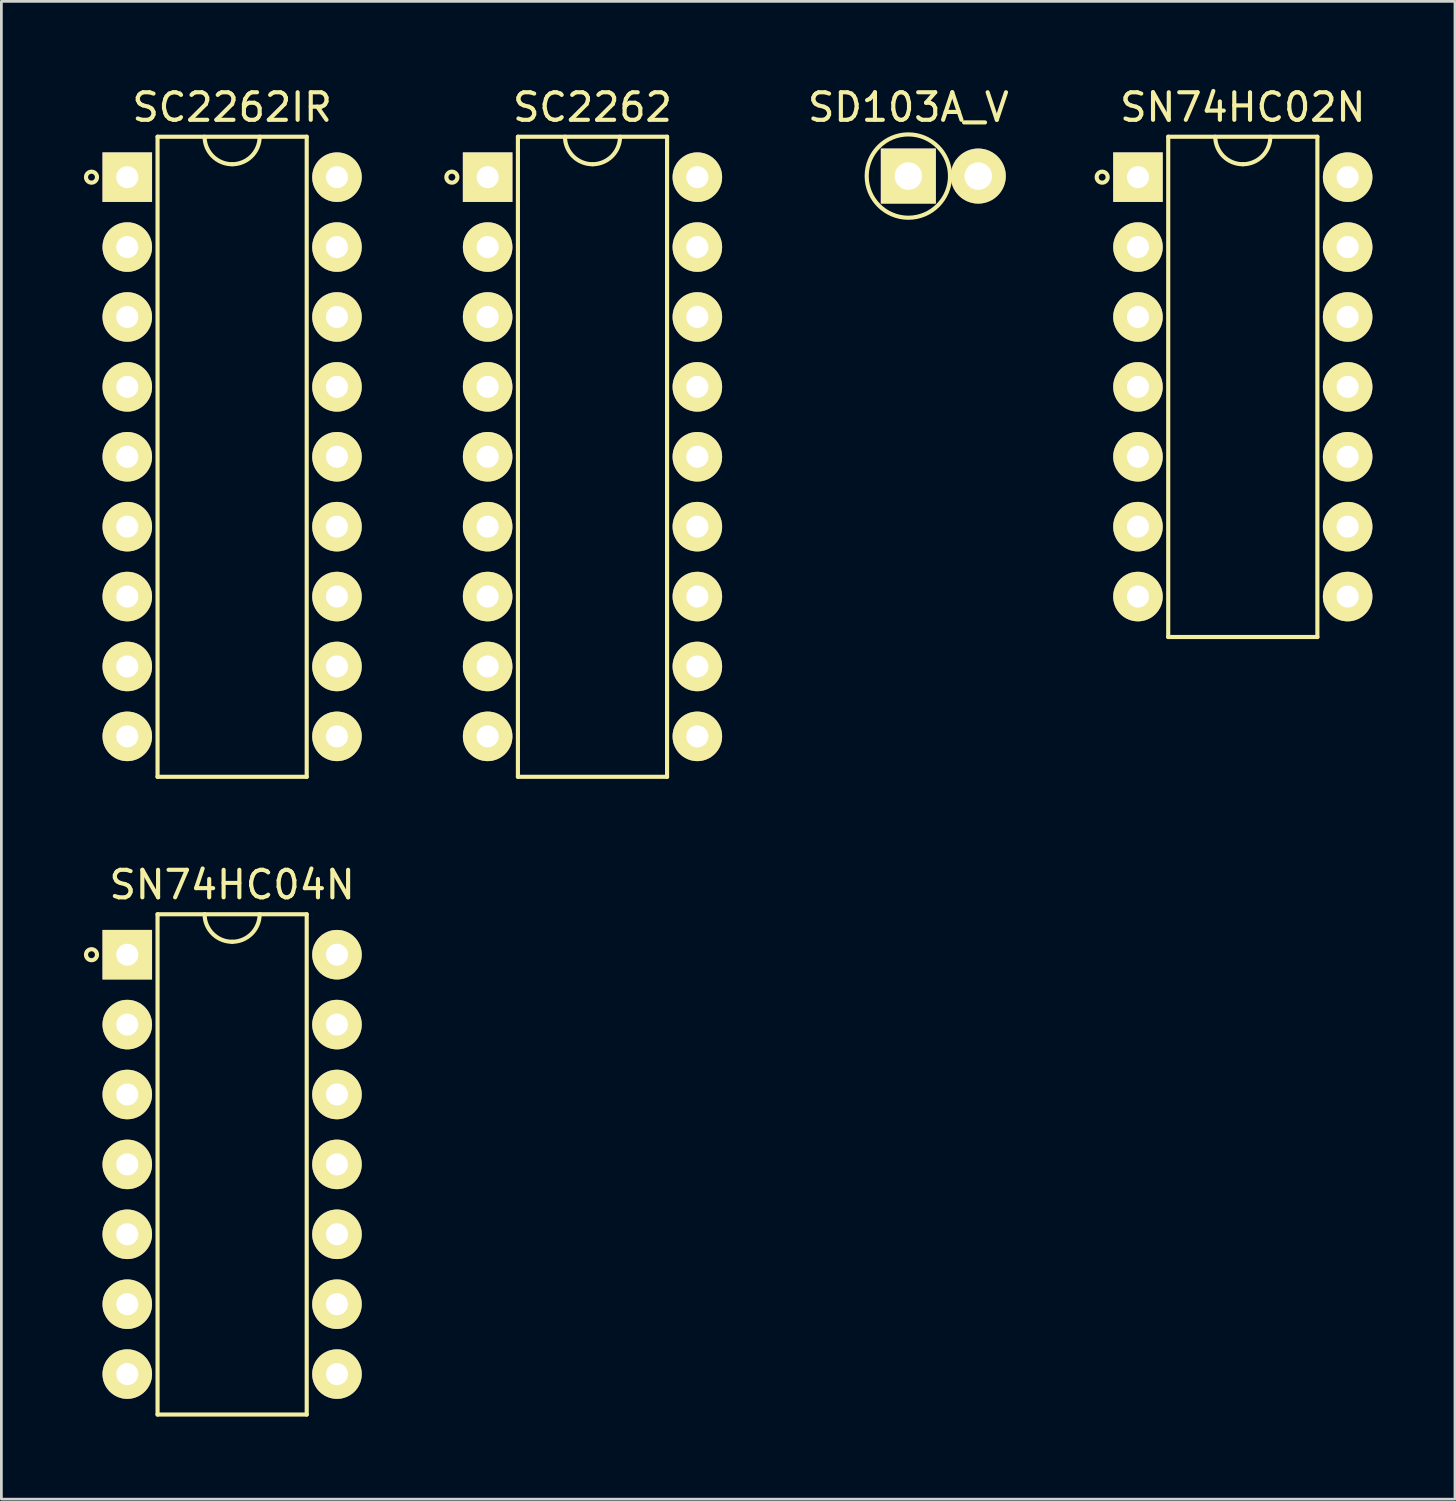
<source format=kicad_pcb>
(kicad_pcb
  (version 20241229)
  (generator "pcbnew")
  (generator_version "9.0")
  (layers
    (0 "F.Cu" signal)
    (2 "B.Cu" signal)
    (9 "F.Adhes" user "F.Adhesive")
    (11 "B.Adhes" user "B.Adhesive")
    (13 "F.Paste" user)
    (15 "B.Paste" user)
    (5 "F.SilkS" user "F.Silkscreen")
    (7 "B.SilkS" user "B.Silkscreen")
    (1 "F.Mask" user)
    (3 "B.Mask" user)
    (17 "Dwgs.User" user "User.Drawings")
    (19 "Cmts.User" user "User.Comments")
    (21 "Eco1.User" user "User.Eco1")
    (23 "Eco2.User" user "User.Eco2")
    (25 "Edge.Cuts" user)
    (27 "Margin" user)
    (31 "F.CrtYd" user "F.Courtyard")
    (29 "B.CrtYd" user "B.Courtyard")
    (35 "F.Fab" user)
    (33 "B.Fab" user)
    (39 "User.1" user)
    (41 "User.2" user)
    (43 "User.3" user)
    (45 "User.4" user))
  (footprint "SC2262"
    (layer "F.Cu")
    (at 14.67 3.388)
    (property "Reference" "SC2262" (at 3.81 -2.54 0) (layer "F.SilkS") (effects (font (size 1 1) (thickness 0.15))))
    (attr through_hole)
    (fp_line (start 1.1 -1.47) (end 6.52 -1.47) (stroke (width 0.15) (type solid)) (layer "F.SilkS"))
    (fp_line (start 1.1 21.79) (end 1.1 -1.47) (stroke (width 0.15) (type solid)) (layer "F.SilkS"))
    (fp_line (start 6.52 -1.47) (end 6.52 21.79) (stroke (width 0.15) (type solid)) (layer "F.SilkS"))
    (fp_line (start 6.52 21.79) (end 1.1 21.79) (stroke (width 0.15) (type solid)) (layer "F.SilkS"))
    (fp_arc (start 3.81 -0.47) (mid 3.102893 -0.762893) (end 2.81 -1.47) (stroke (width 0.15) (type solid)) (layer "F.SilkS"))
    (fp_arc (start 4.81 -1.47) (mid 4.517107 -0.762893) (end 3.81 -0.47) (stroke (width 0.15) (type solid)) (layer "F.SilkS"))
    (fp_circle (center -1.3 0) (end -1.3 0.2) (stroke (width 0.15) (type solid)) (fill no) (layer "F.SilkS"))
    (pad "1" thru_hole rect (at 0 0) (size 1.8 1.8) (drill 0.8) (layers "*.Cu" "*.Mask" "F.SilkS"))
    (pad "2" thru_hole circle (at 0 2.54) (size 1.8 1.8) (drill 0.8) (layers "*.Cu" "*.Mask" "F.SilkS"))
    (pad "3" thru_hole circle (at 0 5.08) (size 1.8 1.8) (drill 0.8) (layers "*.Cu" "*.Mask" "F.SilkS"))
    (pad "4" thru_hole circle (at 0 7.62) (size 1.8 1.8) (drill 0.8) (layers "*.Cu" "*.Mask" "F.SilkS"))
    (pad "5" thru_hole circle (at 0 10.16) (size 1.8 1.8) (drill 0.8) (layers "*.Cu" "*.Mask" "F.SilkS"))
    (pad "6" thru_hole circle (at 0 12.7) (size 1.8 1.8) (drill 0.8) (layers "*.Cu" "*.Mask" "F.SilkS"))
    (pad "7" thru_hole circle (at 0 15.24) (size 1.8 1.8) (drill 0.8) (layers "*.Cu" "*.Mask" "F.SilkS"))
    (pad "8" thru_hole circle (at 0 17.78) (size 1.8 1.8) (drill 0.8) (layers "*.Cu" "*.Mask" "F.SilkS"))
    (pad "9" thru_hole circle (at 0 20.32) (size 1.8 1.8) (drill 0.8) (layers "*.Cu" "*.Mask" "F.SilkS"))
    (pad "10" thru_hole circle (at 7.62 20.32) (size 1.8 1.8) (drill 0.8) (layers "*.Cu" "*.Mask" "F.SilkS"))
    (pad "11" thru_hole circle (at 7.62 17.78) (size 1.8 1.8) (drill 0.8) (layers "*.Cu" "*.Mask" "F.SilkS"))
    (pad "12" thru_hole circle (at 7.62 15.24) (size 1.8 1.8) (drill 0.8) (layers "*.Cu" "*.Mask" "F.SilkS"))
    (pad "13" thru_hole circle (at 7.62 12.7) (size 1.8 1.8) (drill 0.8) (layers "*.Cu" "*.Mask" "F.SilkS"))
    (pad "14" thru_hole circle (at 7.62 10.16) (size 1.8 1.8) (drill 0.8) (layers "*.Cu" "*.Mask" "F.SilkS"))
    (pad "15" thru_hole circle (at 7.62 7.62) (size 1.8 1.8) (drill 0.8) (layers "*.Cu" "*.Mask" "F.SilkS"))
    (pad "16" thru_hole circle (at 7.62 5.08) (size 1.8 1.8) (drill 0.8) (layers "*.Cu" "*.Mask" "F.SilkS"))
    (pad "17" thru_hole circle (at 7.62 2.54) (size 1.8 1.8) (drill 0.8) (layers "*.Cu" "*.Mask" "F.SilkS"))
    (pad "18" thru_hole circle (at 7.62 0) (size 1.8 1.8) (drill 0.8) (layers "*.Cu" "*.Mask" "F.SilkS")))
  (footprint "SD103A_V"
    (layer "F.Cu")
    (at 29.958 3.348)
    (property "Reference" "SD103A_V" (at 0 -2.5 0) (layer "F.SilkS") (effects (font (size 1 1) (thickness 0.15))))
    (attr through_hole)
    (fp_circle (center 0 0) (end 0 -1.514) (stroke (width 0.15) (type solid)) (fill no) (layer "F.SilkS"))
    (pad "1" thru_hole rect (at 0 0) (size 2 2) (drill 1) (layers "*.Cu" "*.Mask" "F.SilkS"))
    (pad "2" thru_hole circle (at 2.54 0) (size 2 2) (drill 1) (layers "*.Cu" "*.Mask" "F.SilkS")))
  (footprint "SC2262IR"
    (layer "F.Cu")
    (at 1.575 3.388)
    (property "Reference" "SC2262IR" (at 3.81 -2.54 0) (layer "F.SilkS") (effects (font (size 1 1) (thickness 0.15))))
    (attr through_hole)
    (fp_line (start 1.1 -1.47) (end 6.52 -1.47) (stroke (width 0.15) (type solid)) (layer "F.SilkS"))
    (fp_line (start 1.1 21.79) (end 1.1 -1.47) (stroke (width 0.15) (type solid)) (layer "F.SilkS"))
    (fp_line (start 6.52 -1.47) (end 6.52 21.79) (stroke (width 0.15) (type solid)) (layer "F.SilkS"))
    (fp_line (start 6.52 21.79) (end 1.1 21.79) (stroke (width 0.15) (type solid)) (layer "F.SilkS"))
    (fp_arc (start 3.81 -0.47) (mid 3.102893 -0.762893) (end 2.81 -1.47) (stroke (width 0.15) (type solid)) (layer "F.SilkS"))
    (fp_arc (start 4.81 -1.47) (mid 4.517107 -0.762893) (end 3.81 -0.47) (stroke (width 0.15) (type solid)) (layer "F.SilkS"))
    (fp_circle (center -1.3 0) (end -1.3 0.2) (stroke (width 0.15) (type solid)) (fill no) (layer "F.SilkS"))
    (pad "1" thru_hole rect (at 0 0) (size 1.8 1.8) (drill 0.8) (layers "*.Cu" "*.Mask" "F.SilkS"))
    (pad "2" thru_hole circle (at 0 2.54) (size 1.8 1.8) (drill 0.8) (layers "*.Cu" "*.Mask" "F.SilkS"))
    (pad "3" thru_hole circle (at 0 5.08) (size 1.8 1.8) (drill 0.8) (layers "*.Cu" "*.Mask" "F.SilkS"))
    (pad "4" thru_hole circle (at 0 7.62) (size 1.8 1.8) (drill 0.8) (layers "*.Cu" "*.Mask" "F.SilkS"))
    (pad "5" thru_hole circle (at 0 10.16) (size 1.8 1.8) (drill 0.8) (layers "*.Cu" "*.Mask" "F.SilkS"))
    (pad "6" thru_hole circle (at 0 12.7) (size 1.8 1.8) (drill 0.8) (layers "*.Cu" "*.Mask" "F.SilkS"))
    (pad "7" thru_hole circle (at 0 15.24) (size 1.8 1.8) (drill 0.8) (layers "*.Cu" "*.Mask" "F.SilkS"))
    (pad "8" thru_hole circle (at 0 17.78) (size 1.8 1.8) (drill 0.8) (layers "*.Cu" "*.Mask" "F.SilkS"))
    (pad "9" thru_hole circle (at 0 20.32) (size 1.8 1.8) (drill 0.8) (layers "*.Cu" "*.Mask" "F.SilkS"))
    (pad "10" thru_hole circle (at 7.62 20.32) (size 1.8 1.8) (drill 0.8) (layers "*.Cu" "*.Mask" "F.SilkS"))
    (pad "11" thru_hole circle (at 7.62 17.78) (size 1.8 1.8) (drill 0.8) (layers "*.Cu" "*.Mask" "F.SilkS"))
    (pad "12" thru_hole circle (at 7.62 15.24) (size 1.8 1.8) (drill 0.8) (layers "*.Cu" "*.Mask" "F.SilkS"))
    (pad "13" thru_hole circle (at 7.62 12.7) (size 1.8 1.8) (drill 0.8) (layers "*.Cu" "*.Mask" "F.SilkS"))
    (pad "14" thru_hole circle (at 7.62 10.16) (size 1.8 1.8) (drill 0.8) (layers "*.Cu" "*.Mask" "F.SilkS"))
    (pad "15" thru_hole circle (at 7.62 7.62) (size 1.8 1.8) (drill 0.8) (layers "*.Cu" "*.Mask" "F.SilkS"))
    (pad "16" thru_hole circle (at 7.62 5.08) (size 1.8 1.8) (drill 0.8) (layers "*.Cu" "*.Mask" "F.SilkS"))
    (pad "17" thru_hole circle (at 7.62 2.54) (size 1.8 1.8) (drill 0.8) (layers "*.Cu" "*.Mask" "F.SilkS"))
    (pad "18" thru_hole circle (at 7.62 0) (size 1.8 1.8) (drill 0.8) (layers "*.Cu" "*.Mask" "F.SilkS")))
  (footprint "SN74HC02N"
    (layer "F.Cu")
    (at 38.301 3.388)
    (property "Reference" "SN74HC02N" (at 3.81 -2.54 0) (layer "F.SilkS") (effects (font (size 1 1) (thickness 0.15))))
    (attr through_hole)
    (fp_line (start 1.1 -1.47) (end 6.52 -1.47) (stroke (width 0.15) (type solid)) (layer "F.SilkS"))
    (fp_line (start 1.1 16.71) (end 1.1 -1.47) (stroke (width 0.15) (type solid)) (layer "F.SilkS"))
    (fp_line (start 6.52 -1.47) (end 6.52 16.71) (stroke (width 0.15) (type solid)) (layer "F.SilkS"))
    (fp_line (start 6.52 16.71) (end 1.1 16.71) (stroke (width 0.15) (type solid)) (layer "F.SilkS"))
    (fp_arc (start 3.81 -0.47) (mid 3.102893 -0.762893) (end 2.81 -1.47) (stroke (width 0.15) (type solid)) (layer "F.SilkS"))
    (fp_arc (start 4.81 -1.47) (mid 4.517107 -0.762893) (end 3.81 -0.47) (stroke (width 0.15) (type solid)) (layer "F.SilkS"))
    (fp_circle (center -1.3 0) (end -1.3 0.2) (stroke (width 0.15) (type solid)) (fill no) (layer "F.SilkS"))
    (pad "1" thru_hole rect (at 0 0) (size 1.8 1.8) (drill 0.8) (layers "*.Cu" "*.Mask" "F.SilkS"))
    (pad "2" thru_hole circle (at 0 2.54) (size 1.8 1.8) (drill 0.8) (layers "*.Cu" "*.Mask" "F.SilkS"))
    (pad "3" thru_hole circle (at 0 5.08) (size 1.8 1.8) (drill 0.8) (layers "*.Cu" "*.Mask" "F.SilkS"))
    (pad "4" thru_hole circle (at 0 7.62) (size 1.8 1.8) (drill 0.8) (layers "*.Cu" "*.Mask" "F.SilkS"))
    (pad "5" thru_hole circle (at 0 10.16) (size 1.8 1.8) (drill 0.8) (layers "*.Cu" "*.Mask" "F.SilkS"))
    (pad "6" thru_hole circle (at 0 12.7) (size 1.8 1.8) (drill 0.8) (layers "*.Cu" "*.Mask" "F.SilkS"))
    (pad "7" thru_hole circle (at 0 15.24) (size 1.8 1.8) (drill 0.8) (layers "*.Cu" "*.Mask" "F.SilkS"))
    (pad "8" thru_hole circle (at 7.62 15.24) (size 1.8 1.8) (drill 0.8) (layers "*.Cu" "*.Mask" "F.SilkS"))
    (pad "9" thru_hole circle (at 7.62 12.7) (size 1.8 1.8) (drill 0.8) (layers "*.Cu" "*.Mask" "F.SilkS"))
    (pad "10" thru_hole circle (at 7.62 10.16) (size 1.8 1.8) (drill 0.8) (layers "*.Cu" "*.Mask" "F.SilkS"))
    (pad "11" thru_hole circle (at 7.62 7.62) (size 1.8 1.8) (drill 0.8) (layers "*.Cu" "*.Mask" "F.SilkS"))
    (pad "12" thru_hole circle (at 7.62 5.08) (size 1.8 1.8) (drill 0.8) (layers "*.Cu" "*.Mask" "F.SilkS"))
    (pad "13" thru_hole circle (at 7.62 2.54) (size 1.8 1.8) (drill 0.8) (layers "*.Cu" "*.Mask" "F.SilkS"))
    (pad "14" thru_hole circle (at 7.62 0) (size 1.8 1.8) (drill 0.8) (layers "*.Cu" "*.Mask" "F.SilkS")))
  (footprint "SN74HC04N"
    (layer "F.Cu")
    (at 1.575 31.642)
    (property "Reference" "SN74HC04N" (at 3.81 -2.54 0) (layer "F.SilkS") (effects (font (size 1 1) (thickness 0.15))))
    (attr through_hole)
    (fp_line (start 1.1 -1.47) (end 6.52 -1.47) (stroke (width 0.15) (type solid)) (layer "F.SilkS"))
    (fp_line (start 1.1 16.71) (end 1.1 -1.47) (stroke (width 0.15) (type solid)) (layer "F.SilkS"))
    (fp_line (start 6.52 -1.47) (end 6.52 16.71) (stroke (width 0.15) (type solid)) (layer "F.SilkS"))
    (fp_line (start 6.52 16.71) (end 1.1 16.71) (stroke (width 0.15) (type solid)) (layer "F.SilkS"))
    (fp_arc (start 3.81 -0.47) (mid 3.102893 -0.762893) (end 2.81 -1.47) (stroke (width 0.15) (type solid)) (layer "F.SilkS"))
    (fp_arc (start 4.81 -1.47) (mid 4.517107 -0.762893) (end 3.81 -0.47) (stroke (width 0.15) (type solid)) (layer "F.SilkS"))
    (fp_circle (center -1.3 0) (end -1.3 0.2) (stroke (width 0.15) (type solid)) (fill no) (layer "F.SilkS"))
    (pad "1" thru_hole rect (at 0 0) (size 1.8 1.8) (drill 0.8) (layers "*.Cu" "*.Mask" "F.SilkS"))
    (pad "2" thru_hole circle (at 0 2.54) (size 1.8 1.8) (drill 0.8) (layers "*.Cu" "*.Mask" "F.SilkS"))
    (pad "3" thru_hole circle (at 0 5.08) (size 1.8 1.8) (drill 0.8) (layers "*.Cu" "*.Mask" "F.SilkS"))
    (pad "4" thru_hole circle (at 0 7.62) (size 1.8 1.8) (drill 0.8) (layers "*.Cu" "*.Mask" "F.SilkS"))
    (pad "5" thru_hole circle (at 0 10.16) (size 1.8 1.8) (drill 0.8) (layers "*.Cu" "*.Mask" "F.SilkS"))
    (pad "6" thru_hole circle (at 0 12.7) (size 1.8 1.8) (drill 0.8) (layers "*.Cu" "*.Mask" "F.SilkS"))
    (pad "7" thru_hole circle (at 0 15.24) (size 1.8 1.8) (drill 0.8) (layers "*.Cu" "*.Mask" "F.SilkS"))
    (pad "8" thru_hole circle (at 7.62 15.24) (size 1.8 1.8) (drill 0.8) (layers "*.Cu" "*.Mask" "F.SilkS"))
    (pad "9" thru_hole circle (at 7.62 12.7) (size 1.8 1.8) (drill 0.8) (layers "*.Cu" "*.Mask" "F.SilkS"))
    (pad "10" thru_hole circle (at 7.62 10.16) (size 1.8 1.8) (drill 0.8) (layers "*.Cu" "*.Mask" "F.SilkS"))
    (pad "11" thru_hole circle (at 7.62 7.62) (size 1.8 1.8) (drill 0.8) (layers "*.Cu" "*.Mask" "F.SilkS"))
    (pad "12" thru_hole circle (at 7.62 5.08) (size 1.8 1.8) (drill 0.8) (layers "*.Cu" "*.Mask" "F.SilkS"))
    (pad "13" thru_hole circle (at 7.62 2.54) (size 1.8 1.8) (drill 0.8) (layers "*.Cu" "*.Mask" "F.SilkS"))
    (pad "14" thru_hole circle (at 7.62 0) (size 1.8 1.8) (drill 0.8) (layers "*.Cu" "*.Mask" "F.SilkS")))
  (gr_rect
    (start -3 -3)
    (end 49.821 51.426)
    (stroke (width 0.1) (type default))
    (fill no)
    (layer "Edge.Cuts")))
</source>
